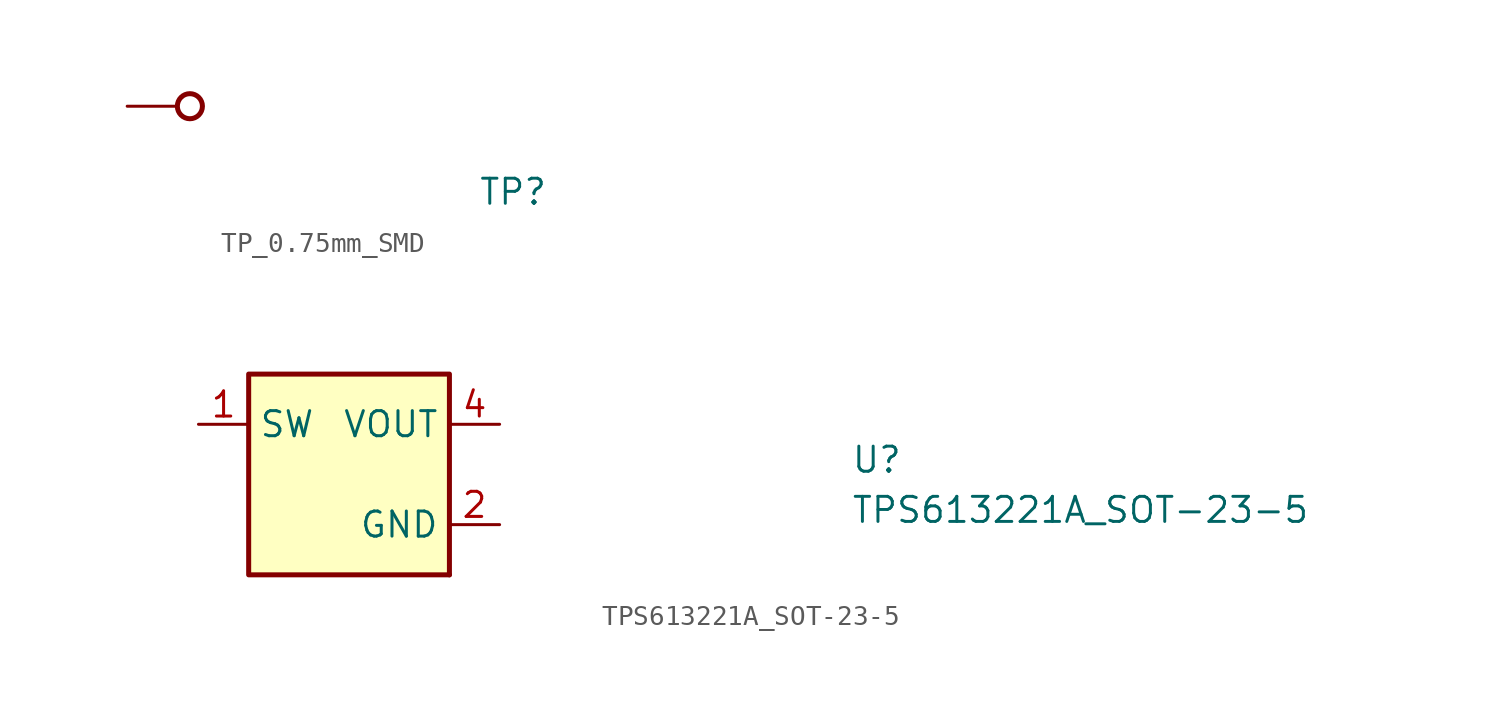
<source format=kicad_sym>
(kicad_symbol_lib
  (version 20211014)
  (generator kicad_symbol_editor)
  (symbol "TP_0.75mm_SMD"
    (pin_numbers hide)
    (pin_names hide)
    (property "Reference" "TP"
      (at 17.78 -5.08 0)
      (effects (font (size 1.27 1.27) (thickness 0.15)) (justify left bottom)))
    (symbol "TP_0.75mm_SMD_1_1"
      (circle (center 3.175 0) (radius 0.635) (stroke (width 0.254) (type default) (color 0 0 0 0)) (fill (type none)))
      (pin passive line (at 0 0 0) (length 2.54) (name "1" (effects (font (size 1.27 1.27)))) (number "1" (effects (font (size 1.27 1.27)))))))
  (symbol "TPS613221A_SOT-23-5"
    (property "Reference" "U"
      (at 33.02 -2.54 0)
      (effects (font (size 1.27 1.27) (thickness 0.15)) (justify left bottom)))
    (property "Value" "TPS613221A_SOT-23-5"
      (at 33.02 -5.08 0)
      (effects (font (size 1.27 1.27) (thickness 0.15)) (justify left bottom)))
    (symbol "TPS613221A_SOT-23-5_1_1"
      (rectangle (start 2.54 2.54) (end 12.7 -7.62) (stroke (width 0.254) (type default) (color 0 0 0 0)) (fill (type background)))
      (rectangle (start 12.7 -7.62) (end 12.7 -7.62) (stroke (width 0.254) (type default) (color 0 0 0 0)) (fill (type background)))
      (pin power_in line (at 0 0 0) (length 2.54) (name "SW" (effects (font (size 1.27 1.27)))) (number "1" (effects (font (size 1.27 1.27)))))
      (pin power_in line (at 15.24 -5.08 180) (length 2.54) (name "GND" (effects (font (size 1.27 1.27)))) (number "2" (effects (font (size 1.27 1.27)))))
      (pin no_connect line (at 2.54 -2.54 0) (length 2.54) hide (name "NC" (effects (font (size 1.27 1.27)))) (number "3" (effects (font (size 1.27 1.27)))))
      (pin power_in line (at 15.24 0 180) (length 2.54) (name "VOUT" (effects (font (size 1.27 1.27)))) (number "4" (effects (font (size 1.27 1.27)))))
      (pin no_connect line (at 2.54 -5.08 0) (length 2.54) hide (name "NC" (effects (font (size 1.27 1.27)))) (number "5" (effects (font (size 1.27 1.27))))))))
</source>
